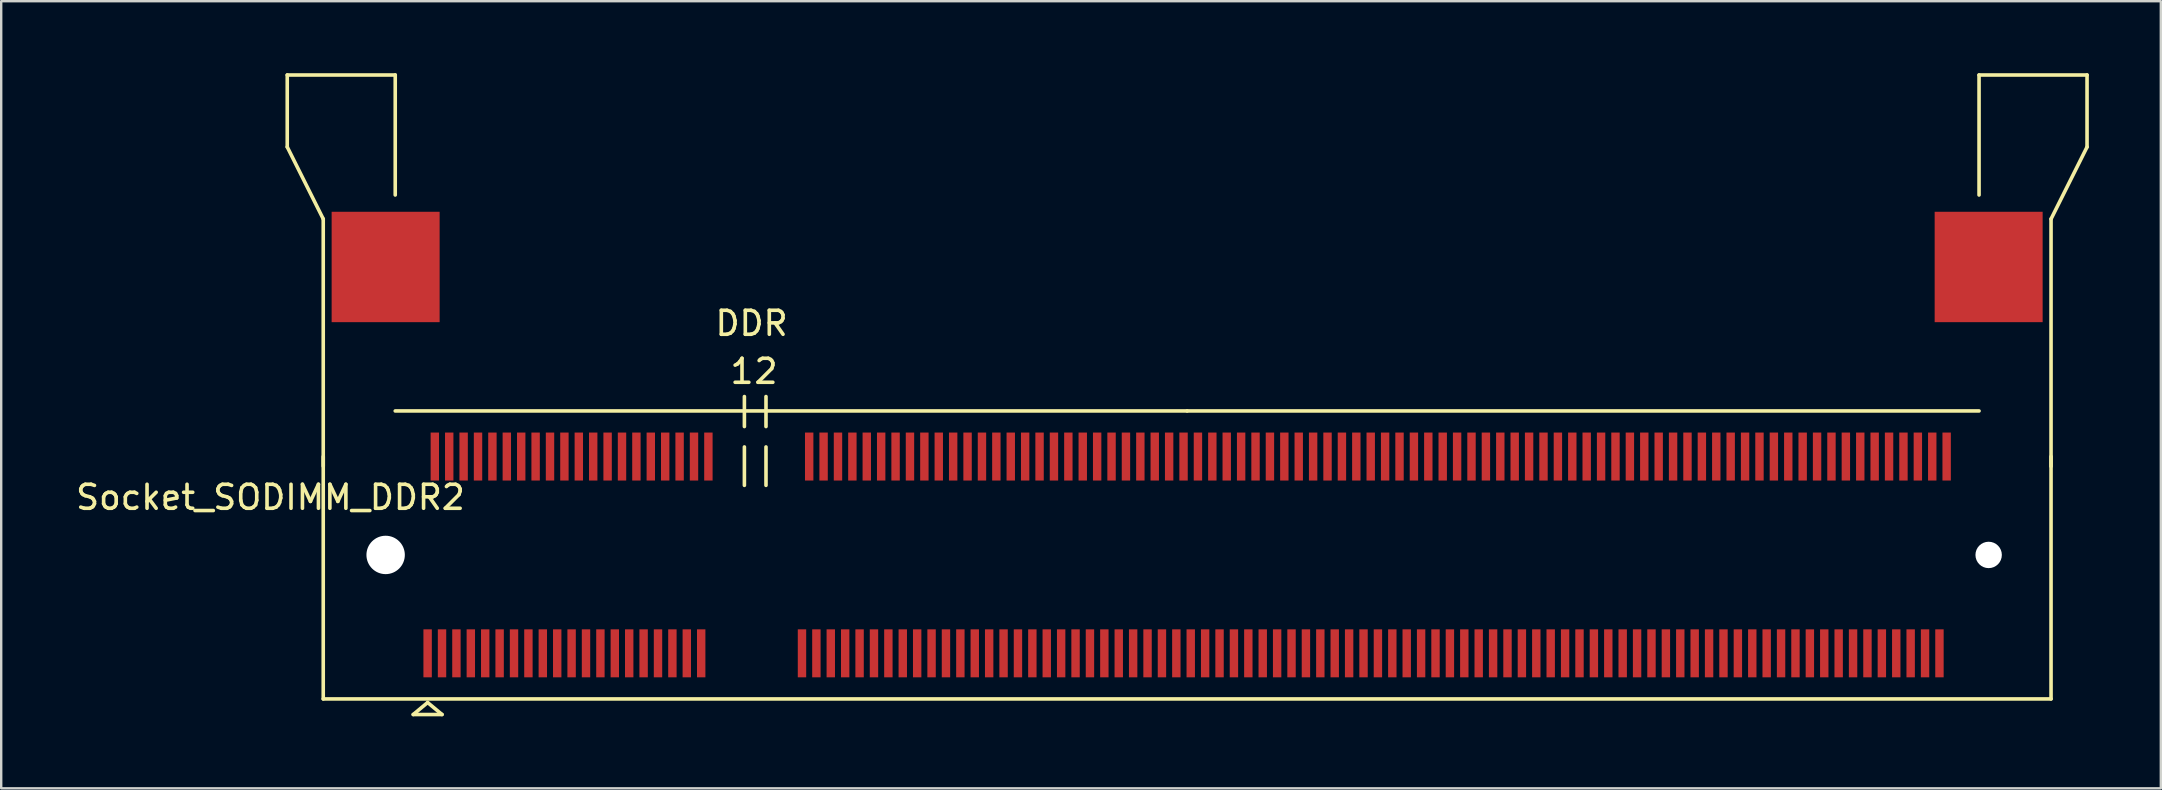
<source format=kicad_pcb>
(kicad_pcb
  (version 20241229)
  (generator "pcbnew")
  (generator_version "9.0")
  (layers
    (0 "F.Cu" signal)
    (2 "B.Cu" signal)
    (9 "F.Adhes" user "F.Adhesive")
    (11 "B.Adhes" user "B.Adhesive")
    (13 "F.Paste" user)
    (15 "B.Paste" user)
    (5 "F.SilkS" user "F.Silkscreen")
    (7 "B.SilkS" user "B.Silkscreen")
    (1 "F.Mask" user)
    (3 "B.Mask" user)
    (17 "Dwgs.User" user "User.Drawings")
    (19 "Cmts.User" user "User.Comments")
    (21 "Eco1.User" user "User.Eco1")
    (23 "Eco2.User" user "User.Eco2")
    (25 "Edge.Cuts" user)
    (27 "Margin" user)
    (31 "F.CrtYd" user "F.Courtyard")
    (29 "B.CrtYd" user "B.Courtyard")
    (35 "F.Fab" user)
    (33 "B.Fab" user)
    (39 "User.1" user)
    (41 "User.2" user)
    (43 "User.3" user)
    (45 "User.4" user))
  (footprint "Socket_SODIMM_DDR2"
    (layer "F.Cu")
    (at 46.42 20.075)
    (property "Reference" "Socket_SODIMM_DDR2" (at -38.2 -2.4 0) (layer "F.SilkS") (effects (font (size 1 1) (thickness 0.15))))
    (attr smd)
    (fp_line (start -37.5 -20) (end -37.5 -17) (stroke (width 0.15) (type solid)) (layer "F.SilkS"))
    (fp_line (start -37.5 -17) (end -36 -14) (stroke (width 0.15) (type solid)) (layer "F.SilkS"))
    (fp_line (start -36 -14) (end -36 -3.7) (stroke (width 0.15) (type solid)) (layer "F.SilkS"))
    (fp_line (start -36 -4.1) (end -36 6) (stroke (width 0.15) (type solid)) (layer "F.SilkS"))
    (fp_line (start -36 6) (end 36 6) (stroke (width 0.15) (type solid)) (layer "F.SilkS"))
    (fp_line (start -33 -20) (end -37.5 -20) (stroke (width 0.15) (type solid)) (layer "F.SilkS"))
    (fp_line (start -33 -15) (end -33 -20) (stroke (width 0.15) (type solid)) (layer "F.SilkS"))
    (fp_line (start -32.25 6.65) (end -31.65 6.15) (stroke (width 0.15) (type solid)) (layer "F.SilkS"))
    (fp_line (start -31.65 6.15) (end -31.05 6.65) (stroke (width 0.15) (type solid)) (layer "F.SilkS"))
    (fp_line (start -31.05 6.65) (end -32.25 6.65) (stroke (width 0.15) (type solid)) (layer "F.SilkS"))
    (fp_line (start -18.45 -5.35) (end -18.45 -6.6) (stroke (width 0.15) (type solid)) (layer "F.SilkS"))
    (fp_line (start -18.45 -4.5) (end -18.45 -2.9) (stroke (width 0.15) (type solid)) (layer "F.SilkS"))
    (fp_line (start -17.55 -5.35) (end -17.55 -6.6) (stroke (width 0.15) (type solid)) (layer "F.SilkS"))
    (fp_line (start -17.55 -4.5) (end -17.55 -2.9) (stroke (width 0.15) (type solid)) (layer "F.SilkS"))
    (fp_line (start 0 -6) (end -33 -6) (stroke (width 0.15) (type solid)) (layer "F.SilkS"))
    (fp_line (start 33 -20) (end 33 -14.999) (stroke (width 0.15) (type solid)) (layer "F.SilkS"))
    (fp_line (start 33 -6) (end 0 -6) (stroke (width 0.15) (type solid)) (layer "F.SilkS"))
    (fp_line (start 36 -14) (end 36 -3.692) (stroke (width 0.15) (type solid)) (layer "F.SilkS"))
    (fp_line (start 36 -14) (end 37.5 -17) (stroke (width 0.15) (type solid)) (layer "F.SilkS"))
    (fp_line (start 36 6) (end 36 -4.1) (stroke (width 0.15) (type solid)) (layer "F.SilkS"))
    (fp_line (start 37.5 -20) (end 33 -20) (stroke (width 0.15) (type solid)) (layer "F.SilkS"))
    (fp_line (start 37.5 -17) (end 37.5 -20) (stroke (width 0.15) (type solid)) (layer "F.SilkS"))
    (fp_text user "DDR" (at -18.15 -9.65 0) (layer "F.SilkS") (effects (font (size 1 1) (thickness 0.15))))
    (fp_text user "2" (at -17.55 -7.65 0) (layer "F.SilkS") (effects (font (size 1 1) (thickness 0.15))))
    (fp_text user "1" (at -18.55 -7.65 0) (layer "F.SilkS") (effects (font (size 1 1) (thickness 0.15))))
    (pad "" smd rect (at -33.4 -12) (size 4.5 4.6) (layers "F.Cu" "F.Mask" "F.Paste"))
    (pad "" np_thru_hole circle (at -33.4 0) (size 1.6 1.6) (drill 1.6) (layers "*.Cu" "*.Mask"))
    (pad "" smd rect (at 33.4 -12) (size 4.5 4.6) (layers "F.Cu" "F.Mask" "F.Paste"))
    (pad "" np_thru_hole circle (at 33.4 0) (size 1.1 1.1) (drill 1.1) (layers "*.Cu" "*.Mask"))
    (pad "1" smd rect (at -31.65 4.1) (size 0.35 2) (layers "F.Cu" "F.Mask" "F.Paste"))
    (pad "2" smd rect (at -31.35 -4.1) (size 0.35 2) (layers "F.Cu" "F.Mask" "F.Paste"))
    (pad "3" smd rect (at -31.05 4.1) (size 0.35 2) (layers "F.Cu" "F.Mask" "F.Paste"))
    (pad "4" smd rect (at -30.75 -4.1) (size 0.35 2) (layers "F.Cu" "F.Mask" "F.Paste"))
    (pad "5" smd rect (at -30.45 4.1) (size 0.35 2) (layers "F.Cu" "F.Mask" "F.Paste"))
    (pad "6" smd rect (at -30.15 -4.1) (size 0.35 2) (layers "F.Cu" "F.Mask" "F.Paste"))
    (pad "7" smd rect (at -29.85 4.1) (size 0.35 2) (layers "F.Cu" "F.Mask" "F.Paste"))
    (pad "8" smd rect (at -29.55 -4.1) (size 0.35 2) (layers "F.Cu" "F.Mask" "F.Paste"))
    (pad "9" smd rect (at -29.25 4.1) (size 0.35 2) (layers "F.Cu" "F.Mask" "F.Paste"))
    (pad "10" smd rect (at -28.95 -4.1) (size 0.35 2) (layers "F.Cu" "F.Mask" "F.Paste"))
    (pad "11" smd rect (at -28.65 4.1) (size 0.35 2) (layers "F.Cu" "F.Mask" "F.Paste"))
    (pad "12" smd rect (at -28.35 -4.1) (size 0.35 2) (layers "F.Cu" "F.Mask" "F.Paste"))
    (pad "13" smd rect (at -28.05 4.1) (size 0.35 2) (layers "F.Cu" "F.Mask" "F.Paste"))
    (pad "14" smd rect (at -27.75 -4.1) (size 0.35 2) (layers "F.Cu" "F.Mask" "F.Paste"))
    (pad "15" smd rect (at -27.45 4.1) (size 0.35 2) (layers "F.Cu" "F.Mask" "F.Paste"))
    (pad "16" smd rect (at -27.15 -4.1) (size 0.35 2) (layers "F.Cu" "F.Mask" "F.Paste"))
    (pad "17" smd rect (at -26.85 4.1) (size 0.35 2) (layers "F.Cu" "F.Mask" "F.Paste"))
    (pad "18" smd rect (at -26.55 -4.1) (size 0.35 2) (layers "F.Cu" "F.Mask" "F.Paste"))
    (pad "19" smd rect (at -26.25 4.1) (size 0.35 2) (layers "F.Cu" "F.Mask" "F.Paste"))
    (pad "20" smd rect (at -25.95 -4.1) (size 0.35 2) (layers "F.Cu" "F.Mask" "F.Paste"))
    (pad "21" smd rect (at -25.65 4.1) (size 0.35 2) (layers "F.Cu" "F.Mask" "F.Paste"))
    (pad "22" smd rect (at -25.35 -4.1) (size 0.35 2) (layers "F.Cu" "F.Mask" "F.Paste"))
    (pad "23" smd rect (at -25.05 4.1) (size 0.35 2) (layers "F.Cu" "F.Mask" "F.Paste"))
    (pad "24" smd rect (at -24.75 -4.1) (size 0.35 2) (layers "F.Cu" "F.Mask" "F.Paste"))
    (pad "25" smd rect (at -24.45 4.1) (size 0.35 2) (layers "F.Cu" "F.Mask" "F.Paste"))
    (pad "26" smd rect (at -24.15 -4.1) (size 0.35 2) (layers "F.Cu" "F.Mask" "F.Paste"))
    (pad "27" smd rect (at -23.85 4.1) (size 0.35 2) (layers "F.Cu" "F.Mask" "F.Paste"))
    (pad "28" smd rect (at -23.55 -4.1) (size 0.35 2) (layers "F.Cu" "F.Mask" "F.Paste"))
    (pad "29" smd rect (at -23.25 4.1) (size 0.35 2) (layers "F.Cu" "F.Mask" "F.Paste"))
    (pad "30" smd rect (at -22.95 -4.1) (size 0.35 2) (layers "F.Cu" "F.Mask" "F.Paste"))
    (pad "31" smd rect (at -22.65 4.1) (size 0.35 2) (layers "F.Cu" "F.Mask" "F.Paste"))
    (pad "32" smd rect (at -22.35 -4.1) (size 0.35 2) (layers "F.Cu" "F.Mask" "F.Paste"))
    (pad "33" smd rect (at -22.05 4.1) (size 0.35 2) (layers "F.Cu" "F.Mask" "F.Paste"))
    (pad "34" smd rect (at -21.75 -4.1) (size 0.35 2) (layers "F.Cu" "F.Mask" "F.Paste"))
    (pad "35" smd rect (at -21.45 4.1) (size 0.35 2) (layers "F.Cu" "F.Mask" "F.Paste"))
    (pad "36" smd rect (at -21.15 -4.1) (size 0.35 2) (layers "F.Cu" "F.Mask" "F.Paste"))
    (pad "37" smd rect (at -20.85 4.1) (size 0.35 2) (layers "F.Cu" "F.Mask" "F.Paste"))
    (pad "38" smd rect (at -20.55 -4.1) (size 0.35 2) (layers "F.Cu" "F.Mask" "F.Paste"))
    (pad "39" smd rect (at -20.25 4.1) (size 0.35 2) (layers "F.Cu" "F.Mask" "F.Paste"))
    (pad "40" smd rect (at -19.95 -4.1) (size 0.35 2) (layers "F.Cu" "F.Mask" "F.Paste"))
    (pad "41" smd rect (at -16.05 4.1) (size 0.35 2) (layers "F.Cu" "F.Mask" "F.Paste"))
    (pad "42" smd rect (at -15.75 -4.1) (size 0.35 2) (layers "F.Cu" "F.Mask" "F.Paste"))
    (pad "43" smd rect (at -15.45 4.1) (size 0.35 2) (layers "F.Cu" "F.Mask" "F.Paste"))
    (pad "44" smd rect (at -15.15 -4.1) (size 0.35 2) (layers "F.Cu" "F.Mask" "F.Paste"))
    (pad "45" smd rect (at -14.85 4.1) (size 0.35 2) (layers "F.Cu" "F.Mask" "F.Paste"))
    (pad "46" smd rect (at -14.55 -4.1) (size 0.35 2) (layers "F.Cu" "F.Mask" "F.Paste"))
    (pad "47" smd rect (at -14.25 4.1) (size 0.35 2) (layers "F.Cu" "F.Mask" "F.Paste"))
    (pad "48" smd rect (at -13.95 -4.1) (size 0.35 2) (layers "F.Cu" "F.Mask" "F.Paste"))
    (pad "49" smd rect (at -13.65 4.1) (size 0.35 2) (layers "F.Cu" "F.Mask" "F.Paste"))
    (pad "50" smd rect (at -13.35 -4.1) (size 0.35 2) (layers "F.Cu" "F.Mask" "F.Paste"))
    (pad "51" smd rect (at -13.05 4.1) (size 0.35 2) (layers "F.Cu" "F.Mask" "F.Paste"))
    (pad "52" smd rect (at -12.75 -4.1) (size 0.35 2) (layers "F.Cu" "F.Mask" "F.Paste"))
    (pad "53" smd rect (at -12.45 4.1) (size 0.35 2) (layers "F.Cu" "F.Mask" "F.Paste"))
    (pad "54" smd rect (at -12.15 -4.1) (size 0.35 2) (layers "F.Cu" "F.Mask" "F.Paste"))
    (pad "55" smd rect (at -11.85 4.1) (size 0.35 2) (layers "F.Cu" "F.Mask" "F.Paste"))
    (pad "56" smd rect (at -11.55 -4.1) (size 0.35 2) (layers "F.Cu" "F.Mask" "F.Paste"))
    (pad "57" smd rect (at -11.25 4.1) (size 0.35 2) (layers "F.Cu" "F.Mask" "F.Paste"))
    (pad "58" smd rect (at -10.95 -4.1) (size 0.35 2) (layers "F.Cu" "F.Mask" "F.Paste"))
    (pad "59" smd rect (at -10.65 4.1) (size 0.35 2) (layers "F.Cu" "F.Mask" "F.Paste"))
    (pad "60" smd rect (at -10.35 -4.1) (size 0.35 2) (layers "F.Cu" "F.Mask" "F.Paste"))
    (pad "61" smd rect (at -10.05 4.1) (size 0.35 2) (layers "F.Cu" "F.Mask" "F.Paste"))
    (pad "62" smd rect (at -9.75 -4.1) (size 0.35 2) (layers "F.Cu" "F.Mask" "F.Paste"))
    (pad "63" smd rect (at -9.45 4.1) (size 0.35 2) (layers "F.Cu" "F.Mask" "F.Paste"))
    (pad "64" smd rect (at -9.15 -4.1) (size 0.35 2) (layers "F.Cu" "F.Mask" "F.Paste"))
    (pad "65" smd rect (at -8.85 4.1) (size 0.35 2) (layers "F.Cu" "F.Mask" "F.Paste"))
    (pad "66" smd rect (at -8.55 -4.1) (size 0.35 2) (layers "F.Cu" "F.Mask" "F.Paste"))
    (pad "67" smd rect (at -8.25 4.1) (size 0.35 2) (layers "F.Cu" "F.Mask" "F.Paste"))
    (pad "68" smd rect (at -7.95 -4.1) (size 0.35 2) (layers "F.Cu" "F.Mask" "F.Paste"))
    (pad "69" smd rect (at -7.65 4.1) (size 0.35 2) (layers "F.Cu" "F.Mask" "F.Paste"))
    (pad "70" smd rect (at -7.35 -4.1) (size 0.35 2) (layers "F.Cu" "F.Mask" "F.Paste"))
    (pad "71" smd rect (at -7.05 4.1) (size 0.35 2) (layers "F.Cu" "F.Mask" "F.Paste"))
    (pad "72" smd rect (at -6.75 -4.1) (size 0.35 2) (layers "F.Cu" "F.Mask" "F.Paste"))
    (pad "73" smd rect (at -6.45 4.1) (size 0.35 2) (layers "F.Cu" "F.Mask" "F.Paste"))
    (pad "74" smd rect (at -6.15 -4.1) (size 0.35 2) (layers "F.Cu" "F.Mask" "F.Paste"))
    (pad "75" smd rect (at -5.85 4.1) (size 0.35 2) (layers "F.Cu" "F.Mask" "F.Paste"))
    (pad "76" smd rect (at -5.55 -4.1) (size 0.35 2) (layers "F.Cu" "F.Mask" "F.Paste"))
    (pad "77" smd rect (at -5.25 4.1) (size 0.35 2) (layers "F.Cu" "F.Mask" "F.Paste"))
    (pad "78" smd rect (at -4.95 -4.1) (size 0.35 2) (layers "F.Cu" "F.Mask" "F.Paste"))
    (pad "79" smd rect (at -4.65 4.1) (size 0.35 2) (layers "F.Cu" "F.Mask" "F.Paste"))
    (pad "80" smd rect (at -4.35 -4.1) (size 0.35 2) (layers "F.Cu" "F.Mask" "F.Paste"))
    (pad "81" smd rect (at -4.05 4.1) (size 0.35 2) (layers "F.Cu" "F.Mask" "F.Paste"))
    (pad "82" smd rect (at -3.75 -4.1) (size 0.35 2) (layers "F.Cu" "F.Mask" "F.Paste"))
    (pad "83" smd rect (at -3.45 4.1) (size 0.35 2) (layers "F.Cu" "F.Mask" "F.Paste"))
    (pad "84" smd rect (at -3.15 -4.1) (size 0.35 2) (layers "F.Cu" "F.Mask" "F.Paste"))
    (pad "85" smd rect (at -2.85 4.1) (size 0.35 2) (layers "F.Cu" "F.Mask" "F.Paste"))
    (pad "86" smd rect (at -2.55 -4.1) (size 0.35 2) (layers "F.Cu" "F.Mask" "F.Paste"))
    (pad "87" smd rect (at -2.25 4.1) (size 0.35 2) (layers "F.Cu" "F.Mask" "F.Paste"))
    (pad "88" smd rect (at -1.95 -4.1) (size 0.35 2) (layers "F.Cu" "F.Mask" "F.Paste"))
    (pad "89" smd rect (at -1.65 4.1) (size 0.35 2) (layers "F.Cu" "F.Mask" "F.Paste"))
    (pad "90" smd rect (at -1.35 -4.1) (size 0.35 2) (layers "F.Cu" "F.Mask" "F.Paste"))
    (pad "91" smd rect (at -1.05 4.1) (size 0.35 2) (layers "F.Cu" "F.Mask" "F.Paste"))
    (pad "92" smd rect (at -0.75 -4.1) (size 0.35 2) (layers "F.Cu" "F.Mask" "F.Paste"))
    (pad "93" smd rect (at -0.45 4.1) (size 0.35 2) (layers "F.Cu" "F.Mask" "F.Paste"))
    (pad "94" smd rect (at -0.15 -4.1) (size 0.35 2) (layers "F.Cu" "F.Mask" "F.Paste"))
    (pad "95" smd rect (at 0.15 4.1) (size 0.35 2) (layers "F.Cu" "F.Mask" "F.Paste"))
    (pad "96" smd rect (at 0.45 -4.1) (size 0.35 2) (layers "F.Cu" "F.Mask" "F.Paste"))
    (pad "97" smd rect (at 0.75 4.1) (size 0.35 2) (layers "F.Cu" "F.Mask" "F.Paste"))
    (pad "98" smd rect (at 1.05 -4.1) (size 0.35 2) (layers "F.Cu" "F.Mask" "F.Paste"))
    (pad "99" smd rect (at 1.35 4.1) (size 0.35 2) (layers "F.Cu" "F.Mask" "F.Paste"))
    (pad "100" smd rect (at 1.65 -4.1) (size 0.35 2) (layers "F.Cu" "F.Mask" "F.Paste"))
    (pad "101" smd rect (at 1.95 4.1) (size 0.35 2) (layers "F.Cu" "F.Mask" "F.Paste"))
    (pad "102" smd rect (at 2.25 -4.1) (size 0.35 2) (layers "F.Cu" "F.Mask" "F.Paste"))
    (pad "103" smd rect (at 2.55 4.1) (size 0.35 2) (layers "F.Cu" "F.Mask" "F.Paste"))
    (pad "104" smd rect (at 2.85 -4.1) (size 0.35 2) (layers "F.Cu" "F.Mask" "F.Paste"))
    (pad "105" smd rect (at 3.15 4.1) (size 0.35 2) (layers "F.Cu" "F.Mask" "F.Paste"))
    (pad "106" smd rect (at 3.45 -4.1) (size 0.35 2) (layers "F.Cu" "F.Mask" "F.Paste"))
    (pad "107" smd rect (at 3.75 4.1) (size 0.35 2) (layers "F.Cu" "F.Mask" "F.Paste"))
    (pad "108" smd rect (at 4.05 -4.1) (size 0.35 2) (layers "F.Cu" "F.Mask" "F.Paste"))
    (pad "109" smd rect (at 4.35 4.1) (size 0.35 2) (layers "F.Cu" "F.Mask" "F.Paste"))
    (pad "110" smd rect (at 4.65 -4.1) (size 0.35 2) (layers "F.Cu" "F.Mask" "F.Paste"))
    (pad "111" smd rect (at 4.95 4.1) (size 0.35 2) (layers "F.Cu" "F.Mask" "F.Paste"))
    (pad "112" smd rect (at 5.25 -4.1) (size 0.35 2) (layers "F.Cu" "F.Mask" "F.Paste"))
    (pad "113" smd rect (at 5.55 4.1) (size 0.35 2) (layers "F.Cu" "F.Mask" "F.Paste"))
    (pad "114" smd rect (at 5.85 -4.1) (size 0.35 2) (layers "F.Cu" "F.Mask" "F.Paste"))
    (pad "115" smd rect (at 6.15 4.1) (size 0.35 2) (layers "F.Cu" "F.Mask" "F.Paste"))
    (pad "116" smd rect (at 6.45 -4.1) (size 0.35 2) (layers "F.Cu" "F.Mask" "F.Paste"))
    (pad "117" smd rect (at 6.75 4.1) (size 0.35 2) (layers "F.Cu" "F.Mask" "F.Paste"))
    (pad "118" smd rect (at 7.05 -4.1) (size 0.35 2) (layers "F.Cu" "F.Mask" "F.Paste"))
    (pad "119" smd rect (at 7.35 4.1) (size 0.35 2) (layers "F.Cu" "F.Mask" "F.Paste"))
    (pad "120" smd rect (at 7.65 -4.1) (size 0.35 2) (layers "F.Cu" "F.Mask" "F.Paste"))
    (pad "121" smd rect (at 7.95 4.1) (size 0.35 2) (layers "F.Cu" "F.Mask" "F.Paste"))
    (pad "122" smd rect (at 8.25 -4.1) (size 0.35 2) (layers "F.Cu" "F.Mask" "F.Paste"))
    (pad "123" smd rect (at 8.55 4.1) (size 0.35 2) (layers "F.Cu" "F.Mask" "F.Paste"))
    (pad "124" smd rect (at 8.85 -4.1) (size 0.35 2) (layers "F.Cu" "F.Mask" "F.Paste"))
    (pad "125" smd rect (at 9.15 4.1) (size 0.35 2) (layers "F.Cu" "F.Mask" "F.Paste"))
    (pad "126" smd rect (at 9.45 -4.1) (size 0.35 2) (layers "F.Cu" "F.Mask" "F.Paste"))
    (pad "127" smd rect (at 9.75 4.1) (size 0.35 2) (layers "F.Cu" "F.Mask" "F.Paste"))
    (pad "128" smd rect (at 10.05 -4.1) (size 0.35 2) (layers "F.Cu" "F.Mask" "F.Paste"))
    (pad "129" smd rect (at 10.35 4.1) (size 0.35 2) (layers "F.Cu" "F.Mask" "F.Paste"))
    (pad "130" smd rect (at 10.65 -4.1) (size 0.35 2) (layers "F.Cu" "F.Mask" "F.Paste"))
    (pad "131" smd rect (at 10.95 4.1) (size 0.35 2) (layers "F.Cu" "F.Mask" "F.Paste"))
    (pad "132" smd rect (at 11.25 -4.1) (size 0.35 2) (layers "F.Cu" "F.Mask" "F.Paste"))
    (pad "133" smd rect (at 11.55 4.1) (size 0.35 2) (layers "F.Cu" "F.Mask" "F.Paste"))
    (pad "134" smd rect (at 11.85 -4.1) (size 0.35 2) (layers "F.Cu" "F.Mask" "F.Paste"))
    (pad "135" smd rect (at 12.15 4.1) (size 0.35 2) (layers "F.Cu" "F.Mask" "F.Paste"))
    (pad "136" smd rect (at 12.45 -4.1) (size 0.35 2) (layers "F.Cu" "F.Mask" "F.Paste"))
    (pad "137" smd rect (at 12.75 4.1) (size 0.35 2) (layers "F.Cu" "F.Mask" "F.Paste"))
    (pad "138" smd rect (at 13.05 -4.1) (size 0.35 2) (layers "F.Cu" "F.Mask" "F.Paste"))
    (pad "139" smd rect (at 13.35 4.1) (size 0.35 2) (layers "F.Cu" "F.Mask" "F.Paste"))
    (pad "140" smd rect (at 13.65 -4.1) (size 0.35 2) (layers "F.Cu" "F.Mask" "F.Paste"))
    (pad "141" smd rect (at 13.95 4.1) (size 0.35 2) (layers "F.Cu" "F.Mask" "F.Paste"))
    (pad "142" smd rect (at 14.25 -4.1) (size 0.35 2) (layers "F.Cu" "F.Mask" "F.Paste"))
    (pad "143" smd rect (at 14.55 4.1) (size 0.35 2) (layers "F.Cu" "F.Mask" "F.Paste"))
    (pad "144" smd rect (at 14.85 -4.1) (size 0.35 2) (layers "F.Cu" "F.Mask" "F.Paste"))
    (pad "145" smd rect (at 15.15 4.1) (size 0.35 2) (layers "F.Cu" "F.Mask" "F.Paste"))
    (pad "146" smd rect (at 15.45 -4.1) (size 0.35 2) (layers "F.Cu" "F.Mask" "F.Paste"))
    (pad "147" smd rect (at 15.75 4.1) (size 0.35 2) (layers "F.Cu" "F.Mask" "F.Paste"))
    (pad "148" smd rect (at 16.05 -4.1) (size 0.35 2) (layers "F.Cu" "F.Mask" "F.Paste"))
    (pad "149" smd rect (at 16.35 4.1) (size 0.35 2) (layers "F.Cu" "F.Mask" "F.Paste"))
    (pad "150" smd rect (at 16.65 -4.1) (size 0.35 2) (layers "F.Cu" "F.Mask" "F.Paste"))
    (pad "151" smd rect (at 16.95 4.1) (size 0.35 2) (layers "F.Cu" "F.Mask" "F.Paste"))
    (pad "152" smd rect (at 17.25 -4.1) (size 0.35 2) (layers "F.Cu" "F.Mask" "F.Paste"))
    (pad "153" smd rect (at 17.55 4.1) (size 0.35 2) (layers "F.Cu" "F.Mask" "F.Paste"))
    (pad "154" smd rect (at 17.85 -4.1) (size 0.35 2) (layers "F.Cu" "F.Mask" "F.Paste"))
    (pad "155" smd rect (at 18.15 4.1) (size 0.35 2) (layers "F.Cu" "F.Mask" "F.Paste"))
    (pad "156" smd rect (at 18.45 -4.1) (size 0.35 2) (layers "F.Cu" "F.Mask" "F.Paste"))
    (pad "157" smd rect (at 18.75 4.1) (size 0.35 2) (layers "F.Cu" "F.Mask" "F.Paste"))
    (pad "158" smd rect (at 19.05 -4.1) (size 0.35 2) (layers "F.Cu" "F.Mask" "F.Paste"))
    (pad "159" smd rect (at 19.35 4.1) (size 0.35 2) (layers "F.Cu" "F.Mask" "F.Paste"))
    (pad "160" smd rect (at 19.65 -4.1) (size 0.35 2) (layers "F.Cu" "F.Mask" "F.Paste"))
    (pad "161" smd rect (at 19.95 4.1) (size 0.35 2) (layers "F.Cu" "F.Mask" "F.Paste"))
    (pad "162" smd rect (at 20.25 -4.1) (size 0.35 2) (layers "F.Cu" "F.Mask" "F.Paste"))
    (pad "163" smd rect (at 20.55 4.1) (size 0.35 2) (layers "F.Cu" "F.Mask" "F.Paste"))
    (pad "164" smd rect (at 20.85 -4.1) (size 0.35 2) (layers "F.Cu" "F.Mask" "F.Paste"))
    (pad "165" smd rect (at 21.15 4.1) (size 0.35 2) (layers "F.Cu" "F.Mask" "F.Paste"))
    (pad "166" smd rect (at 21.45 -4.1) (size 0.35 2) (layers "F.Cu" "F.Mask" "F.Paste"))
    (pad "167" smd rect (at 21.75 4.1) (size 0.35 2) (layers "F.Cu" "F.Mask" "F.Paste"))
    (pad "168" smd rect (at 22.05 -4.1) (size 0.35 2) (layers "F.Cu" "F.Mask" "F.Paste"))
    (pad "169" smd rect (at 22.35 4.1) (size 0.35 2) (layers "F.Cu" "F.Mask" "F.Paste"))
    (pad "170" smd rect (at 22.65 -4.1) (size 0.35 2) (layers "F.Cu" "F.Mask" "F.Paste"))
    (pad "171" smd rect (at 22.95 4.1) (size 0.35 2) (layers "F.Cu" "F.Mask" "F.Paste"))
    (pad "172" smd rect (at 23.25 -4.1) (size 0.35 2) (layers "F.Cu" "F.Mask" "F.Paste"))
    (pad "173" smd rect (at 23.55 4.1) (size 0.35 2) (layers "F.Cu" "F.Mask" "F.Paste"))
    (pad "174" smd rect (at 23.85 -4.1) (size 0.35 2) (layers "F.Cu" "F.Mask" "F.Paste"))
    (pad "175" smd rect (at 24.15 4.1) (size 0.35 2) (layers "F.Cu" "F.Mask" "F.Paste"))
    (pad "176" smd rect (at 24.45 -4.1) (size 0.35 2) (layers "F.Cu" "F.Mask" "F.Paste"))
    (pad "177" smd rect (at 24.75 4.1) (size 0.35 2) (layers "F.Cu" "F.Mask" "F.Paste"))
    (pad "178" smd rect (at 25.05 -4.1) (size 0.35 2) (layers "F.Cu" "F.Mask" "F.Paste"))
    (pad "179" smd rect (at 25.35 4.1) (size 0.35 2) (layers "F.Cu" "F.Mask" "F.Paste"))
    (pad "180" smd rect (at 25.65 -4.1) (size 0.35 2) (layers "F.Cu" "F.Mask" "F.Paste"))
    (pad "181" smd rect (at 25.95 4.1) (size 0.35 2) (layers "F.Cu" "F.Mask" "F.Paste"))
    (pad "182" smd rect (at 26.25 -4.1) (size 0.35 2) (layers "F.Cu" "F.Mask" "F.Paste"))
    (pad "183" smd rect (at 26.55 4.1) (size 0.35 2) (layers "F.Cu" "F.Mask" "F.Paste"))
    (pad "184" smd rect (at 26.85 -4.1) (size 0.35 2) (layers "F.Cu" "F.Mask" "F.Paste"))
    (pad "185" smd rect (at 27.15 4.1) (size 0.35 2) (layers "F.Cu" "F.Mask" "F.Paste"))
    (pad "186" smd rect (at 27.45 -4.1) (size 0.35 2) (layers "F.Cu" "F.Mask" "F.Paste"))
    (pad "187" smd rect (at 27.75 4.1) (size 0.35 2) (layers "F.Cu" "F.Mask" "F.Paste"))
    (pad "188" smd rect (at 28.05 -4.1) (size 0.35 2) (layers "F.Cu" "F.Mask" "F.Paste"))
    (pad "189" smd rect (at 28.35 4.1) (size 0.35 2) (layers "F.Cu" "F.Mask" "F.Paste"))
    (pad "190" smd rect (at 28.65 -4.1) (size 0.35 2) (layers "F.Cu" "F.Mask" "F.Paste"))
    (pad "191" smd rect (at 28.95 4.1) (size 0.35 2) (layers "F.Cu" "F.Mask" "F.Paste"))
    (pad "192" smd rect (at 29.25 -4.1) (size 0.35 2) (layers "F.Cu" "F.Mask" "F.Paste"))
    (pad "193" smd rect (at 29.55 4.1) (size 0.35 2) (layers "F.Cu" "F.Mask" "F.Paste"))
    (pad "194" smd rect (at 29.85 -4.1) (size 0.35 2) (layers "F.Cu" "F.Mask" "F.Paste"))
    (pad "195" smd rect (at 30.15 4.1) (size 0.35 2) (layers "F.Cu" "F.Mask" "F.Paste"))
    (pad "196" smd rect (at 30.45 -4.1) (size 0.35 2) (layers "F.Cu" "F.Mask" "F.Paste"))
    (pad "197" smd rect (at 30.75 4.1) (size 0.35 2) (layers "F.Cu" "F.Mask" "F.Paste"))
    (pad "198" smd rect (at 31.05 -4.1) (size 0.35 2) (layers "F.Cu" "F.Mask" "F.Paste"))
    (pad "199" smd rect (at 31.35 4.1) (size 0.35 2) (layers "F.Cu" "F.Mask" "F.Paste"))
    (pad "200" smd rect (at 31.65 -4.1) (size 0.35 2) (layers "F.Cu" "F.Mask" "F.Paste")))
  (gr_rect
    (start -3 -3)
    (end 86.995 29.8)
    (stroke (width 0.1) (type default))
    (fill no)
    (layer "Edge.Cuts")))
</source>
